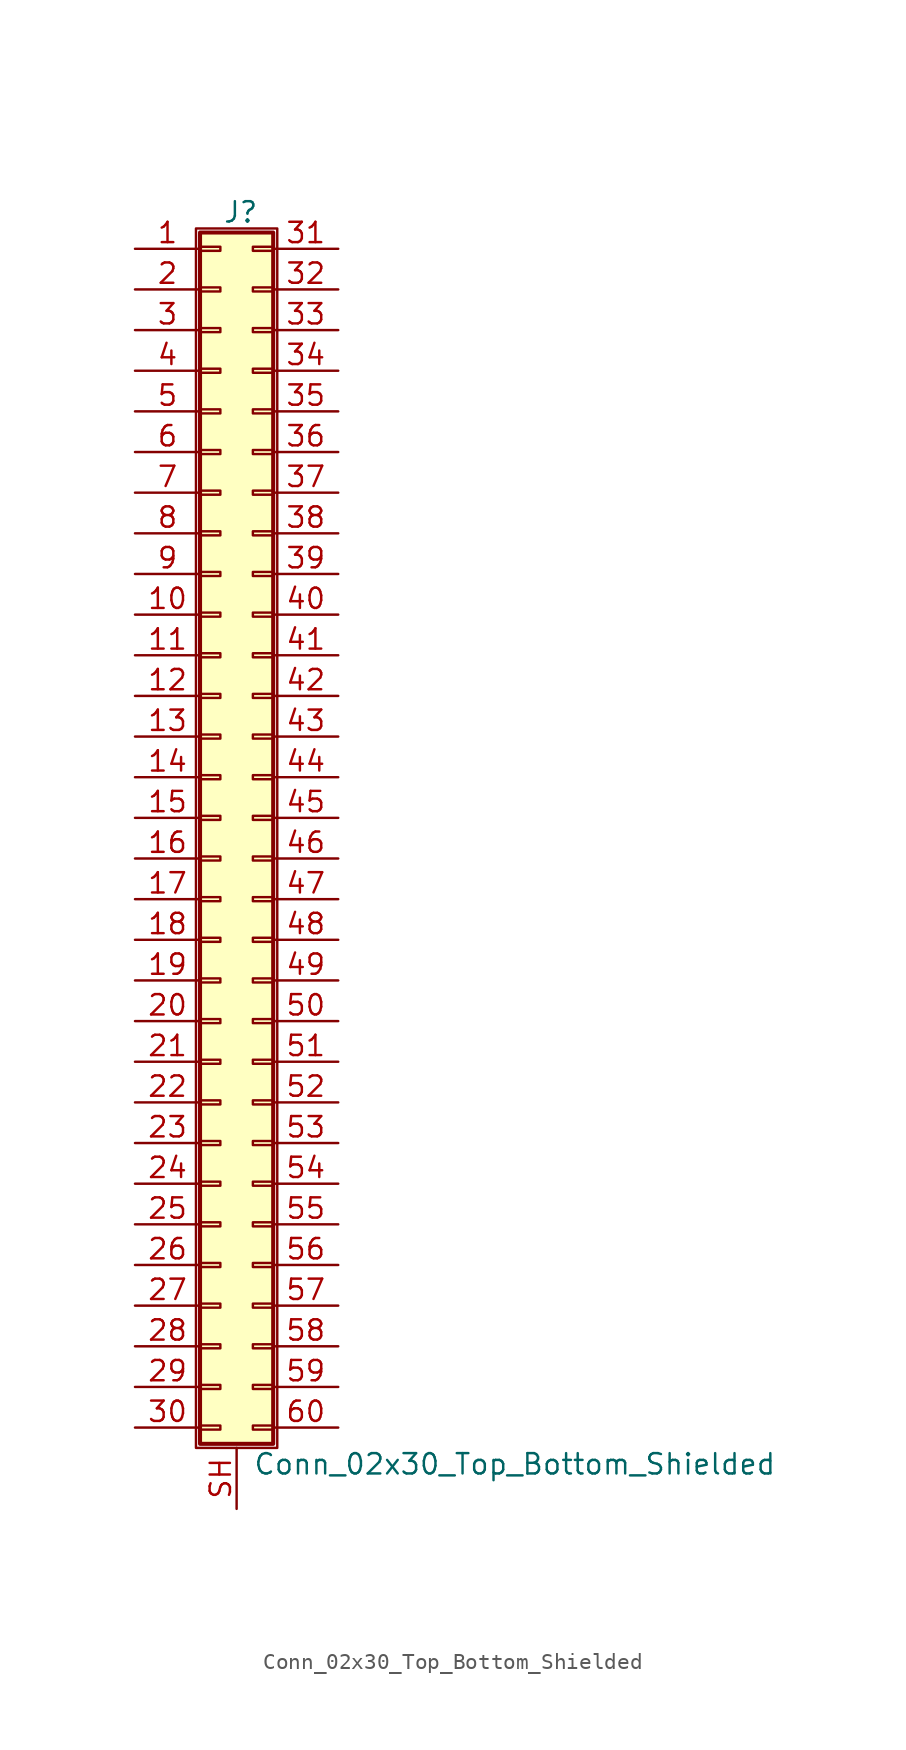
<source format=kicad_sym>
(kicad_symbol_lib
  (version 20201005)
  (generator kicad_symbol_editor)
  (symbol "Conn_02x30_Top_Bottom_Shielded"
    (pin_names
      (offset 1.016) hide)
    (property "Reference" "J"
      (at 1.524 37.846 0)
      (effects (font (size 1.27 1.27))))
    (property "Value" "Conn_02x30_Top_Bottom_Shielded"
      (at 2.286 -40.386 0)
      (effects (font (size 1.27 1.27)) (justify left)))
    (symbol "Conn_02x30_Top_Bottom_Shielded_1_1"
      (rectangle (start -1.27 36.83) (end 3.81 -39.37) (stroke (width 0.152)) (fill (type none)))
      (rectangle (start -1.016 -37.973) (end 0.254 -38.227) (stroke (width 0.152)) (fill (type none)))
      (rectangle (start -1.016 -35.433) (end 0.254 -35.687) (stroke (width 0.152)) (fill (type none)))
      (rectangle (start -1.016 -32.893) (end 0.254 -33.147) (stroke (width 0.152)) (fill (type none)))
      (rectangle (start -1.016 -30.353) (end 0.254 -30.607) (stroke (width 0.152)) (fill (type none)))
      (rectangle (start -1.016 -27.813) (end 0.254 -28.067) (stroke (width 0.152)) (fill (type none)))
      (rectangle (start -1.016 -25.273) (end 0.254 -25.527) (stroke (width 0.152)) (fill (type none)))
      (rectangle (start -1.016 -22.733) (end 0.254 -22.987) (stroke (width 0.152)) (fill (type none)))
      (rectangle (start -1.016 -20.193) (end 0.254 -20.447) (stroke (width 0.152)) (fill (type none)))
      (rectangle (start -1.016 -17.653) (end 0.254 -17.907) (stroke (width 0.152)) (fill (type none)))
      (rectangle (start -1.016 -15.113) (end 0.254 -15.367) (stroke (width 0.152)) (fill (type none)))
      (rectangle (start -1.016 -12.573) (end 0.254 -12.827) (stroke (width 0.152)) (fill (type none)))
      (rectangle (start -1.016 -10.033) (end 0.254 -10.287) (stroke (width 0.152)) (fill (type none)))
      (rectangle (start -1.016 -7.493) (end 0.254 -7.747) (stroke (width 0.152)) (fill (type none)))
      (rectangle (start -1.016 -4.953) (end 0.254 -5.207) (stroke (width 0.152)) (fill (type none)))
      (rectangle (start -1.016 -2.413) (end 0.254 -2.667) (stroke (width 0.152)) (fill (type none)))
      (rectangle (start -1.016 0.127) (end 0.254 -0.127) (stroke (width 0.152)) (fill (type none)))
      (rectangle (start -1.016 2.667) (end 0.254 2.413) (stroke (width 0.152)) (fill (type none)))
      (rectangle (start -1.016 5.207) (end 0.254 4.953) (stroke (width 0.152)) (fill (type none)))
      (rectangle (start -1.016 7.747) (end 0.254 7.493) (stroke (width 0.152)) (fill (type none)))
      (rectangle (start -1.016 10.287) (end 0.254 10.033) (stroke (width 0.152)) (fill (type none)))
      (rectangle (start -1.016 12.827) (end 0.254 12.573) (stroke (width 0.152)) (fill (type none)))
      (rectangle (start -1.016 15.367) (end 0.254 15.113) (stroke (width 0.152)) (fill (type none)))
      (rectangle (start -1.016 17.907) (end 0.254 17.653) (stroke (width 0.152)) (fill (type none)))
      (rectangle (start -1.016 20.447) (end 0.254 20.193) (stroke (width 0.152)) (fill (type none)))
      (rectangle (start -1.016 22.987) (end 0.254 22.733) (stroke (width 0.152)) (fill (type none)))
      (rectangle (start -1.016 25.527) (end 0.254 25.273) (stroke (width 0.152)) (fill (type none)))
      (rectangle (start -1.016 28.067) (end 0.254 27.813) (stroke (width 0.152)) (fill (type none)))
      (rectangle (start -1.016 30.607) (end 0.254 30.353) (stroke (width 0.152)) (fill (type none)))
      (rectangle (start -1.016 33.147) (end 0.254 32.893) (stroke (width 0.152)) (fill (type none)))
      (rectangle (start -1.016 35.687) (end 0.254 35.433) (stroke (width 0.152)) (fill (type none)))
      (rectangle (start 3.556 -37.973) (end 2.286 -38.227) (stroke (width 0.152)) (fill (type none)))
      (rectangle (start 3.556 -35.433) (end 2.286 -35.687) (stroke (width 0.152)) (fill (type none)))
      (rectangle (start 3.556 -32.893) (end 2.286 -33.147) (stroke (width 0.152)) (fill (type none)))
      (rectangle (start 3.556 -30.353) (end 2.286 -30.607) (stroke (width 0.152)) (fill (type none)))
      (rectangle (start 3.556 -27.813) (end 2.286 -28.067) (stroke (width 0.152)) (fill (type none)))
      (rectangle (start 3.556 -25.273) (end 2.286 -25.527) (stroke (width 0.152)) (fill (type none)))
      (rectangle (start 3.556 -22.733) (end 2.286 -22.987) (stroke (width 0.152)) (fill (type none)))
      (rectangle (start 3.556 -20.193) (end 2.286 -20.447) (stroke (width 0.152)) (fill (type none)))
      (rectangle (start 3.556 -17.653) (end 2.286 -17.907) (stroke (width 0.152)) (fill (type none)))
      (rectangle (start 3.556 -15.113) (end 2.286 -15.367) (stroke (width 0.152)) (fill (type none)))
      (rectangle (start 3.556 -12.573) (end 2.286 -12.827) (stroke (width 0.152)) (fill (type none)))
      (rectangle (start 3.556 -10.033) (end 2.286 -10.287) (stroke (width 0.152)) (fill (type none)))
      (rectangle (start 3.556 -7.493) (end 2.286 -7.747) (stroke (width 0.152)) (fill (type none)))
      (rectangle (start 3.556 -4.953) (end 2.286 -5.207) (stroke (width 0.152)) (fill (type none)))
      (rectangle (start 3.556 -2.413) (end 2.286 -2.667) (stroke (width 0.152)) (fill (type none)))
      (rectangle (start 3.556 0.127) (end 2.286 -0.127) (stroke (width 0.152)) (fill (type none)))
      (rectangle (start 3.556 2.667) (end 2.286 2.413) (stroke (width 0.152)) (fill (type none)))
      (rectangle (start 3.556 5.207) (end 2.286 4.953) (stroke (width 0.152)) (fill (type none)))
      (rectangle (start 3.556 7.747) (end 2.286 7.493) (stroke (width 0.152)) (fill (type none)))
      (rectangle (start 3.556 10.287) (end 2.286 10.033) (stroke (width 0.152)) (fill (type none)))
      (rectangle (start 3.556 12.827) (end 2.286 12.573) (stroke (width 0.152)) (fill (type none)))
      (rectangle (start 3.556 15.367) (end 2.286 15.113) (stroke (width 0.152)) (fill (type none)))
      (rectangle (start 3.556 17.907) (end 2.286 17.653) (stroke (width 0.152)) (fill (type none)))
      (rectangle (start 3.556 20.447) (end 2.286 20.193) (stroke (width 0.152)) (fill (type none)))
      (rectangle (start 3.556 22.987) (end 2.286 22.733) (stroke (width 0.152)) (fill (type none)))
      (rectangle (start 3.556 25.527) (end 2.286 25.273) (stroke (width 0.152)) (fill (type none)))
      (rectangle (start 3.556 28.067) (end 2.286 27.813) (stroke (width 0.152)) (fill (type none)))
      (rectangle (start 3.556 30.607) (end 2.286 30.353) (stroke (width 0.152)) (fill (type none)))
      (rectangle (start 3.556 33.147) (end 2.286 32.893) (stroke (width 0.152)) (fill (type none)))
      (rectangle (start 3.556 35.687) (end 2.286 35.433) (stroke (width 0.152)) (fill (type none)))
      (rectangle (start -1.016 36.576) (end 3.556 -39.116) (stroke (width 0.254)) (fill (type background)))
      (pin passive line (at -5.08 35.56 0) (length 4.064) (name "Pin_1" (effects (font (size 1.27 1.27)))) (number "1" (effects (font (size 1.27 1.27)))))
      (pin passive line (at -5.08 12.7 0) (length 4.064) (name "Pin_10" (effects (font (size 1.27 1.27)))) (number "10" (effects (font (size 1.27 1.27)))))
      (pin passive line (at -5.08 10.16 0) (length 4.064) (name "Pin_11" (effects (font (size 1.27 1.27)))) (number "11" (effects (font (size 1.27 1.27)))))
      (pin passive line (at -5.08 7.62 0) (length 4.064) (name "Pin_12" (effects (font (size 1.27 1.27)))) (number "12" (effects (font (size 1.27 1.27)))))
      (pin passive line (at -5.08 5.08 0) (length 4.064) (name "Pin_13" (effects (font (size 1.27 1.27)))) (number "13" (effects (font (size 1.27 1.27)))))
      (pin passive line (at -5.08 2.54 0) (length 4.064) (name "Pin_14" (effects (font (size 1.27 1.27)))) (number "14" (effects (font (size 1.27 1.27)))))
      (pin passive line (at -5.08 0 0) (length 4.064) (name "Pin_15" (effects (font (size 1.27 1.27)))) (number "15" (effects (font (size 1.27 1.27)))))
      (pin passive line (at -5.08 -2.54 0) (length 4.064) (name "Pin_16" (effects (font (size 1.27 1.27)))) (number "16" (effects (font (size 1.27 1.27)))))
      (pin passive line (at -5.08 -5.08 0) (length 4.064) (name "Pin_17" (effects (font (size 1.27 1.27)))) (number "17" (effects (font (size 1.27 1.27)))))
      (pin passive line (at -5.08 -7.62 0) (length 4.064) (name "Pin_18" (effects (font (size 1.27 1.27)))) (number "18" (effects (font (size 1.27 1.27)))))
      (pin passive line (at -5.08 -10.16 0) (length 4.064) (name "Pin_19" (effects (font (size 1.27 1.27)))) (number "19" (effects (font (size 1.27 1.27)))))
      (pin passive line (at -5.08 33.02 0) (length 4.064) (name "Pin_2" (effects (font (size 1.27 1.27)))) (number "2" (effects (font (size 1.27 1.27)))))
      (pin passive line (at -5.08 -12.7 0) (length 4.064) (name "Pin_20" (effects (font (size 1.27 1.27)))) (number "20" (effects (font (size 1.27 1.27)))))
      (pin passive line (at -5.08 -15.24 0) (length 4.064) (name "Pin_21" (effects (font (size 1.27 1.27)))) (number "21" (effects (font (size 1.27 1.27)))))
      (pin passive line (at -5.08 -17.78 0) (length 4.064) (name "Pin_22" (effects (font (size 1.27 1.27)))) (number "22" (effects (font (size 1.27 1.27)))))
      (pin passive line (at -5.08 -20.32 0) (length 4.064) (name "Pin_23" (effects (font (size 1.27 1.27)))) (number "23" (effects (font (size 1.27 1.27)))))
      (pin passive line (at -5.08 -22.86 0) (length 4.064) (name "Pin_24" (effects (font (size 1.27 1.27)))) (number "24" (effects (font (size 1.27 1.27)))))
      (pin passive line (at -5.08 -25.4 0) (length 4.064) (name "Pin_25" (effects (font (size 1.27 1.27)))) (number "25" (effects (font (size 1.27 1.27)))))
      (pin passive line (at -5.08 -27.94 0) (length 4.064) (name "Pin_26" (effects (font (size 1.27 1.27)))) (number "26" (effects (font (size 1.27 1.27)))))
      (pin passive line (at -5.08 -30.48 0) (length 4.064) (name "Pin_27" (effects (font (size 1.27 1.27)))) (number "27" (effects (font (size 1.27 1.27)))))
      (pin passive line (at -5.08 -33.02 0) (length 4.064) (name "Pin_28" (effects (font (size 1.27 1.27)))) (number "28" (effects (font (size 1.27 1.27)))))
      (pin passive line (at -5.08 -35.56 0) (length 4.064) (name "Pin_29" (effects (font (size 1.27 1.27)))) (number "29" (effects (font (size 1.27 1.27)))))
      (pin passive line (at -5.08 30.48 0) (length 4.064) (name "Pin_3" (effects (font (size 1.27 1.27)))) (number "3" (effects (font (size 1.27 1.27)))))
      (pin passive line (at -5.08 -38.1 0) (length 4.064) (name "Pin_30" (effects (font (size 1.27 1.27)))) (number "30" (effects (font (size 1.27 1.27)))))
      (pin passive line (at 7.62 35.56 180) (length 4.064) (name "Pin_31" (effects (font (size 1.27 1.27)))) (number "31" (effects (font (size 1.27 1.27)))))
      (pin passive line (at 7.62 33.02 180) (length 4.064) (name "Pin_32" (effects (font (size 1.27 1.27)))) (number "32" (effects (font (size 1.27 1.27)))))
      (pin passive line (at 7.62 30.48 180) (length 4.064) (name "Pin_33" (effects (font (size 1.27 1.27)))) (number "33" (effects (font (size 1.27 1.27)))))
      (pin passive line (at 7.62 27.94 180) (length 4.064) (name "Pin_34" (effects (font (size 1.27 1.27)))) (number "34" (effects (font (size 1.27 1.27)))))
      (pin passive line (at 7.62 25.4 180) (length 4.064) (name "Pin_35" (effects (font (size 1.27 1.27)))) (number "35" (effects (font (size 1.27 1.27)))))
      (pin passive line (at 7.62 22.86 180) (length 4.064) (name "Pin_36" (effects (font (size 1.27 1.27)))) (number "36" (effects (font (size 1.27 1.27)))))
      (pin passive line (at 7.62 20.32 180) (length 4.064) (name "Pin_37" (effects (font (size 1.27 1.27)))) (number "37" (effects (font (size 1.27 1.27)))))
      (pin passive line (at 7.62 17.78 180) (length 4.064) (name "Pin_38" (effects (font (size 1.27 1.27)))) (number "38" (effects (font (size 1.27 1.27)))))
      (pin passive line (at 7.62 15.24 180) (length 4.064) (name "Pin_39" (effects (font (size 1.27 1.27)))) (number "39" (effects (font (size 1.27 1.27)))))
      (pin passive line (at -5.08 27.94 0) (length 4.064) (name "Pin_4" (effects (font (size 1.27 1.27)))) (number "4" (effects (font (size 1.27 1.27)))))
      (pin passive line (at 7.62 12.7 180) (length 4.064) (name "Pin_40" (effects (font (size 1.27 1.27)))) (number "40" (effects (font (size 1.27 1.27)))))
      (pin passive line (at 7.62 10.16 180) (length 4.064) (name "Pin_41" (effects (font (size 1.27 1.27)))) (number "41" (effects (font (size 1.27 1.27)))))
      (pin passive line (at 7.62 7.62 180) (length 4.064) (name "Pin_42" (effects (font (size 1.27 1.27)))) (number "42" (effects (font (size 1.27 1.27)))))
      (pin passive line (at 7.62 5.08 180) (length 4.064) (name "Pin_43" (effects (font (size 1.27 1.27)))) (number "43" (effects (font (size 1.27 1.27)))))
      (pin passive line (at 7.62 2.54 180) (length 4.064) (name "Pin_44" (effects (font (size 1.27 1.27)))) (number "44" (effects (font (size 1.27 1.27)))))
      (pin passive line (at 7.62 0 180) (length 4.064) (name "Pin_45" (effects (font (size 1.27 1.27)))) (number "45" (effects (font (size 1.27 1.27)))))
      (pin passive line (at 7.62 -2.54 180) (length 4.064) (name "Pin_46" (effects (font (size 1.27 1.27)))) (number "46" (effects (font (size 1.27 1.27)))))
      (pin passive line (at 7.62 -5.08 180) (length 4.064) (name "Pin_47" (effects (font (size 1.27 1.27)))) (number "47" (effects (font (size 1.27 1.27)))))
      (pin passive line (at 7.62 -7.62 180) (length 4.064) (name "Pin_48" (effects (font (size 1.27 1.27)))) (number "48" (effects (font (size 1.27 1.27)))))
      (pin passive line (at 7.62 -10.16 180) (length 4.064) (name "Pin_49" (effects (font (size 1.27 1.27)))) (number "49" (effects (font (size 1.27 1.27)))))
      (pin passive line (at -5.08 25.4 0) (length 4.064) (name "Pin_5" (effects (font (size 1.27 1.27)))) (number "5" (effects (font (size 1.27 1.27)))))
      (pin passive line (at 7.62 -12.7 180) (length 4.064) (name "Pin_50" (effects (font (size 1.27 1.27)))) (number "50" (effects (font (size 1.27 1.27)))))
      (pin passive line (at 7.62 -15.24 180) (length 4.064) (name "Pin_51" (effects (font (size 1.27 1.27)))) (number "51" (effects (font (size 1.27 1.27)))))
      (pin passive line (at 7.62 -17.78 180) (length 4.064) (name "Pin_52" (effects (font (size 1.27 1.27)))) (number "52" (effects (font (size 1.27 1.27)))))
      (pin passive line (at 7.62 -20.32 180) (length 4.064) (name "Pin_53" (effects (font (size 1.27 1.27)))) (number "53" (effects (font (size 1.27 1.27)))))
      (pin passive line (at 7.62 -22.86 180) (length 4.064) (name "Pin_54" (effects (font (size 1.27 1.27)))) (number "54" (effects (font (size 1.27 1.27)))))
      (pin passive line (at 7.62 -25.4 180) (length 4.064) (name "Pin_55" (effects (font (size 1.27 1.27)))) (number "55" (effects (font (size 1.27 1.27)))))
      (pin passive line (at 7.62 -27.94 180) (length 4.064) (name "Pin_56" (effects (font (size 1.27 1.27)))) (number "56" (effects (font (size 1.27 1.27)))))
      (pin passive line (at 7.62 -30.48 180) (length 4.064) (name "Pin_57" (effects (font (size 1.27 1.27)))) (number "57" (effects (font (size 1.27 1.27)))))
      (pin passive line (at 7.62 -33.02 180) (length 4.064) (name "Pin_58" (effects (font (size 1.27 1.27)))) (number "58" (effects (font (size 1.27 1.27)))))
      (pin passive line (at 7.62 -35.56 180) (length 4.064) (name "Pin_59" (effects (font (size 1.27 1.27)))) (number "59" (effects (font (size 1.27 1.27)))))
      (pin passive line (at -5.08 22.86 0) (length 4.064) (name "Pin_6" (effects (font (size 1.27 1.27)))) (number "6" (effects (font (size 1.27 1.27)))))
      (pin passive line (at 7.62 -38.1 180) (length 4.064) (name "Pin_60" (effects (font (size 1.27 1.27)))) (number "60" (effects (font (size 1.27 1.27)))))
      (pin passive line (at -5.08 20.32 0) (length 4.064) (name "Pin_7" (effects (font (size 1.27 1.27)))) (number "7" (effects (font (size 1.27 1.27)))))
      (pin passive line (at -5.08 17.78 0) (length 4.064) (name "Pin_8" (effects (font (size 1.27 1.27)))) (number "8" (effects (font (size 1.27 1.27)))))
      (pin passive line (at -5.08 15.24 0) (length 4.064) (name "Pin_9" (effects (font (size 1.27 1.27)))) (number "9" (effects (font (size 1.27 1.27)))))
      (pin passive line (at 1.27 -43.18 90) (length 3.81) (name "Shield" (effects (font (size 1.27 1.27)))) (number "SH" (effects (font (size 1.27 1.27))))))))
</source>
